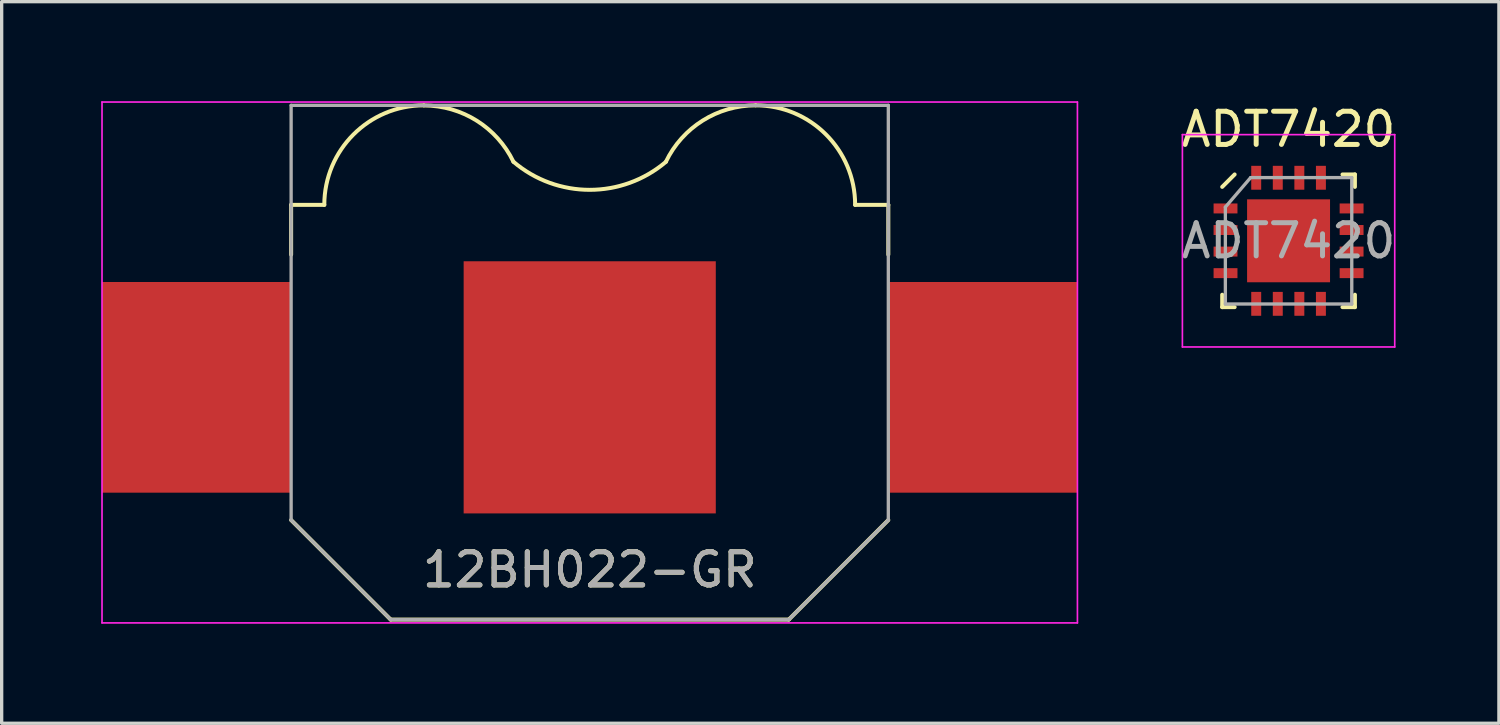
<source format=kicad_pcb>
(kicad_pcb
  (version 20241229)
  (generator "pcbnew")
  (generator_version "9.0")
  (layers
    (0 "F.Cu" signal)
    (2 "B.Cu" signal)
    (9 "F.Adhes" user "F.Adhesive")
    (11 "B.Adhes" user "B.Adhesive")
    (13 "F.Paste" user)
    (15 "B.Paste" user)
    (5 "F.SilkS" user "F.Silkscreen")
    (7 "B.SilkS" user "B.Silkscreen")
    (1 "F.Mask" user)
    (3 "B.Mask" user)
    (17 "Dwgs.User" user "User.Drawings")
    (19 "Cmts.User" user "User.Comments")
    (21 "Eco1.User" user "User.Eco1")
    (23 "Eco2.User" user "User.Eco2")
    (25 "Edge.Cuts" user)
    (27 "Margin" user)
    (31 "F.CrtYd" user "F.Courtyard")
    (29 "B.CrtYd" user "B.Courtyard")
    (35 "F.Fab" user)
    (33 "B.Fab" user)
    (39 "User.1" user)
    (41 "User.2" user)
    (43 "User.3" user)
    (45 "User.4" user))
  (footprint "ADT7420"
    (layer "F.Cu")
    (at 35.789 4.208)
    (property "Reference" "ADT7420" (at 0 -3.36 0) (layer "F.SilkS") (effects (font (size 1 1) (thickness 0.15))))
    (attr smd)
    (fp_line (start -2 -1.625) (end -1.625 -2) (stroke (width 0.12) (type solid)) (layer "F.SilkS"))
    (fp_line (start -2 2) (end -2 1.625) (stroke (width 0.12) (type solid)) (layer "F.SilkS"))
    (fp_line (start -1.625 2) (end -2 2) (stroke (width 0.12) (type solid)) (layer "F.SilkS"))
    (fp_line (start 1.625 -2) (end 2 -2) (stroke (width 0.12) (type solid)) (layer "F.SilkS"))
    (fp_line (start 1.625 2) (end 2 2) (stroke (width 0.12) (type solid)) (layer "F.SilkS"))
    (fp_line (start 2 -2) (end 2 -1.625) (stroke (width 0.12) (type solid)) (layer "F.SilkS"))
    (fp_line (start 2 2) (end 2 1.625) (stroke (width 0.12) (type solid)) (layer "F.SilkS"))
    (fp_line (start -3.2 -3.2) (end 3.2 -3.2) (stroke (width 0.05) (type solid)) (layer "F.CrtYd"))
    (fp_line (start -3.2 3.2) (end -3.2 -3.2) (stroke (width 0.05) (type solid)) (layer "F.CrtYd"))
    (fp_line (start 3.2 -3.2) (end 3.2 3.2) (stroke (width 0.05) (type solid)) (layer "F.CrtYd"))
    (fp_line (start 3.2 3.2) (end -3.2 3.2) (stroke (width 0.05) (type solid)) (layer "F.CrtYd"))
    (fp_line (start -1.905 -1.016) (end -1.143 -1.905) (stroke (width 0.1) (type solid)) (layer "F.Fab"))
    (fp_line (start -1.905 1.905) (end -1.905 -1.016) (stroke (width 0.1) (type solid)) (layer "F.Fab"))
    (fp_line (start -1.143 -1.905) (end 1.905 -1.905) (stroke (width 0.1) (type solid)) (layer "F.Fab"))
    (fp_line (start 1.905 -1.905) (end 1.905 1.905) (stroke (width 0.1) (type solid)) (layer "F.Fab"))
    (fp_line (start 1.905 1.905) (end -1.905 1.905) (stroke (width 0.1) (type solid)) (layer "F.Fab"))
    (fp_text user "${REFERENCE}" (at 0 0 0) (layer "F.Fab") (effects (font (size 1 1) (thickness 0.15))))
    (pad "1" smd rect (at -1.9 -0.975 90) (size 0.3 0.72) (layers "F.Cu" "F.Mask" "F.Paste"))
    (pad "2" smd rect (at -1.9 -0.325 90) (size 0.3 0.72) (layers "F.Cu" "F.Mask" "F.Paste"))
    (pad "3" smd rect (at -1.9 0.325 90) (size 0.3 0.72) (layers "F.Cu" "F.Mask" "F.Paste"))
    (pad "4" smd rect (at -1.9 0.975 90) (size 0.3 0.72) (layers "F.Cu" "F.Mask" "F.Paste"))
    (pad "5" smd rect (at -0.975 1.9) (size 0.3 0.72) (layers "F.Cu" "F.Mask" "F.Paste"))
    (pad "6" smd rect (at -0.325 1.9) (size 0.3 0.72) (layers "F.Cu" "F.Mask" "F.Paste"))
    (pad "7" smd rect (at 0.325 1.9) (size 0.3 0.72) (layers "F.Cu" "F.Mask" "F.Paste"))
    (pad "8" smd rect (at 0.975 1.9) (size 0.3 0.72) (layers "F.Cu" "F.Mask" "F.Paste"))
    (pad "9" smd rect (at 1.9 0.975 90) (size 0.3 0.72) (layers "F.Cu" "F.Mask" "F.Paste"))
    (pad "10" smd rect (at 1.9 0.325 90) (size 0.3 0.72) (layers "F.Cu" "F.Mask" "F.Paste"))
    (pad "11" smd rect (at 1.9 -0.325 90) (size 0.3 0.72) (layers "F.Cu" "F.Mask" "F.Paste"))
    (pad "12" smd rect (at 1.9 -0.975 90) (size 0.3 0.72) (layers "F.Cu" "F.Mask" "F.Paste"))
    (pad "13" smd rect (at 0.975 -1.9) (size 0.3 0.72) (layers "F.Cu" "F.Mask" "F.Paste"))
    (pad "14" smd rect (at 0.325 -1.9) (size 0.3 0.72) (layers "F.Cu" "F.Mask" "F.Paste"))
    (pad "15" smd rect (at -0.325 -1.9) (size 0.3 0.72) (layers "F.Cu" "F.Mask" "F.Paste"))
    (pad "16" smd rect (at -0.975 -1.9) (size 0.3 0.72) (layers "F.Cu" "F.Mask" "F.Paste"))
    (pad "17" smd rect (at 0 0) (size 2.5 2.5) (layers "F.Cu" "F.Mask" "F.Paste")))
  (footprint "12BH022-GR"
    (layer "F.Cu")
    (at 14.725 8.625)
    (property "Reference" "12BH022-GR" (at 0 5.5 0) (layer "F.SilkS") (effects (font (size 1 1) (thickness 0.15))))
    (attr smd)
    (fp_line (start -9 -5.5) (end -9 -4) (stroke (width 0.12) (type solid)) (layer "F.SilkS"))
    (fp_line (start -8 -5.5) (end -9 -5.5) (stroke (width 0.12) (type solid)) (layer "F.SilkS"))
    (fp_line (start -6 7) (end -9 4) (stroke (width 0.12) (type solid)) (layer "F.SilkS"))
    (fp_line (start -6 7) (end 6 7) (stroke (width 0.12) (type solid)) (layer "F.SilkS"))
    (fp_line (start 6 7) (end 9 4) (stroke (width 0.12) (type solid)) (layer "F.SilkS"))
    (fp_line (start 8 -5.5) (end 9 -5.5) (stroke (width 0.12) (type solid)) (layer "F.SilkS"))
    (fp_line (start 9 -5.5) (end 9 -4) (stroke (width 0.12) (type solid)) (layer "F.SilkS"))
    (fp_arc (start -8 -5.5) (mid -7.12132 -7.62132) (end -5 -8.5) (stroke (width 0.12) (type solid)) (layer "F.SilkS"))
    (fp_arc (start -5 -8.496665) (mid -3.405582 -8.037289) (end -2.3 -6.8) (stroke (width 0.12) (type solid)) (layer "F.SilkS"))
    (fp_arc (start 2.296995 -6.801446) (mid 3.403808 -8.040112) (end 5 -8.5) (stroke (width 0.12) (type solid)) (layer "F.SilkS"))
    (fp_arc (start 2.3 -6.8) (mid 0 -5.95317) (end -2.3 -6.8) (stroke (width 0.12) (type solid)) (layer "F.SilkS"))
    (fp_arc (start 5 -8.5) (mid 7.12132 -7.62132) (end 8 -5.5) (stroke (width 0.12) (type solid)) (layer "F.SilkS"))
    (fp_line (start -14.7 -8.6) (end 14.7 -8.6) (stroke (width 0.05) (type solid)) (layer "F.CrtYd"))
    (fp_line (start -14.7 7.1) (end -14.7 -8.6) (stroke (width 0.05) (type solid)) (layer "F.CrtYd"))
    (fp_line (start 14.7 -8.6) (end 14.7 7.1) (stroke (width 0.05) (type solid)) (layer "F.CrtYd"))
    (fp_line (start 14.7 7.1) (end -14.7 7.1) (stroke (width 0.05) (type solid)) (layer "F.CrtYd"))
    (fp_line (start -9 -8.5) (end -9 4) (stroke (width 0.1) (type solid)) (layer "F.Fab"))
    (fp_line (start -9 4) (end -6 7) (stroke (width 0.1) (type solid)) (layer "F.Fab"))
    (fp_line (start -6 7) (end 6 7) (stroke (width 0.1) (type solid)) (layer "F.Fab"))
    (fp_line (start 6 7) (end 9 4) (stroke (width 0.1) (type solid)) (layer "F.Fab"))
    (fp_line (start 9 -8.5) (end -9 -8.5) (stroke (width 0.1) (type solid)) (layer "F.Fab"))
    (fp_line (start 9 4) (end 9 -8.5) (stroke (width 0.1) (type solid)) (layer "F.Fab"))
    (fp_text user "${REFERENCE}" (at 0 5.5 0) (layer "F.Fab") (effects (font (size 1 1) (thickness 0.15))))
    (pad "1" smd rect (at 0 0) (size 7.6 7.6) (layers "F.Cu" "F.Mask" "F.Paste"))
    (pad "2" smd rect (at -11.85 0) (size 5.7 6.35) (layers "F.Cu" "F.Mask" "F.Paste"))
    (pad "2" smd rect (at 11.85 0) (size 5.7 6.35) (layers "F.Cu" "F.Mask" "F.Paste")))
  (gr_rect
    (start -3 -3)
    (end 42.129 18.75)
    (stroke (width 0.1) (type default))
    (fill no)
    (layer "Edge.Cuts")))
</source>
